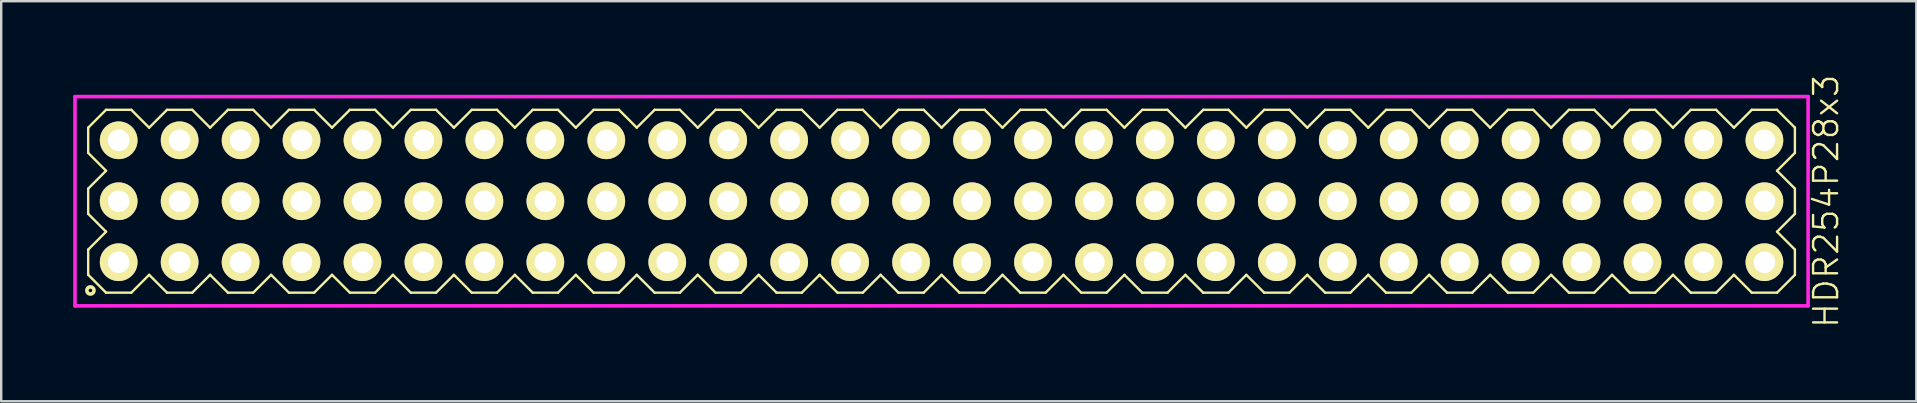
<source format=kicad_pcb>
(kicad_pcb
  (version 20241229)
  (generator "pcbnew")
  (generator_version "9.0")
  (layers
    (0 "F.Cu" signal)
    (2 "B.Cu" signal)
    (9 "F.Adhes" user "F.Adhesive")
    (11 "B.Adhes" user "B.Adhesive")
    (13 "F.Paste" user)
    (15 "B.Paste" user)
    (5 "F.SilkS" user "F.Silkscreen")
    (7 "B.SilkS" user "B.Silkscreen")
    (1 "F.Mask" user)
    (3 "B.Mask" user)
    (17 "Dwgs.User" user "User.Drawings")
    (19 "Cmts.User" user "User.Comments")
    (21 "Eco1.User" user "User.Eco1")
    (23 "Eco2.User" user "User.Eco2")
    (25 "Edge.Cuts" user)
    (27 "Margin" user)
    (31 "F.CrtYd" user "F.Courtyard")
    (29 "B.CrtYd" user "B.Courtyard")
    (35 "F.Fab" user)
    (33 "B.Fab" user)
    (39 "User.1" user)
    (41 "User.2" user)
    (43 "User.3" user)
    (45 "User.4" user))
  (footprint "HDR254P28x3"
    (layer "F.Cu")
    (at 36.185 5.336)
    (property "Reference" "HDR254P28x3" (at 36.86 0 90) (layer "F.SilkS") (effects (font (size 1 1) (thickness 0.1))))
    (attr through_hole)
    (fp_line (start -35.56 -3.066) (end -34.816 -3.81) (stroke (width 0.1) (type solid)) (layer "F.SilkS"))
    (fp_line (start -35.56 -2.014) (end -35.56 -3.066) (stroke (width 0.1) (type solid)) (layer "F.SilkS"))
    (fp_line (start -35.56 -0.526) (end -34.816 -1.27) (stroke (width 0.1) (type solid)) (layer "F.SilkS"))
    (fp_line (start -35.56 0.526) (end -35.56 -0.526) (stroke (width 0.1) (type solid)) (layer "F.SilkS"))
    (fp_line (start -35.56 2.014) (end -34.816 1.27) (stroke (width 0.1) (type solid)) (layer "F.SilkS"))
    (fp_line (start -35.56 3.066) (end -35.56 2.014) (stroke (width 0.1) (type solid)) (layer "F.SilkS"))
    (fp_line (start -34.816 -3.81) (end -33.764 -3.81) (stroke (width 0.1) (type solid)) (layer "F.SilkS"))
    (fp_line (start -34.816 -1.27) (end -35.56 -2.014) (stroke (width 0.1) (type solid)) (layer "F.SilkS"))
    (fp_line (start -34.816 1.27) (end -35.56 0.526) (stroke (width 0.1) (type solid)) (layer "F.SilkS"))
    (fp_line (start -34.816 3.81) (end -35.56 3.066) (stroke (width 0.1) (type solid)) (layer "F.SilkS"))
    (fp_line (start -33.764 -3.81) (end -33.02 -3.066) (stroke (width 0.1) (type solid)) (layer "F.SilkS"))
    (fp_line (start -33.764 3.81) (end -34.816 3.81) (stroke (width 0.1) (type solid)) (layer "F.SilkS"))
    (fp_line (start -33.02 -3.066) (end -32.276 -3.81) (stroke (width 0.1) (type solid)) (layer "F.SilkS"))
    (fp_line (start -33.02 3.066) (end -33.764 3.81) (stroke (width 0.1) (type solid)) (layer "F.SilkS"))
    (fp_line (start -32.276 -3.81) (end -31.224 -3.81) (stroke (width 0.1) (type solid)) (layer "F.SilkS"))
    (fp_line (start -32.276 3.81) (end -33.02 3.066) (stroke (width 0.1) (type solid)) (layer "F.SilkS"))
    (fp_line (start -31.224 -3.81) (end -30.48 -3.066) (stroke (width 0.1) (type solid)) (layer "F.SilkS"))
    (fp_line (start -31.224 3.81) (end -32.276 3.81) (stroke (width 0.1) (type solid)) (layer "F.SilkS"))
    (fp_line (start -30.48 -3.066) (end -29.736 -3.81) (stroke (width 0.1) (type solid)) (layer "F.SilkS"))
    (fp_line (start -30.48 3.066) (end -31.224 3.81) (stroke (width 0.1) (type solid)) (layer "F.SilkS"))
    (fp_line (start -29.736 -3.81) (end -28.684 -3.81) (stroke (width 0.1) (type solid)) (layer "F.SilkS"))
    (fp_line (start -29.736 3.81) (end -30.48 3.066) (stroke (width 0.1) (type solid)) (layer "F.SilkS"))
    (fp_line (start -28.684 -3.81) (end -27.94 -3.066) (stroke (width 0.1) (type solid)) (layer "F.SilkS"))
    (fp_line (start -28.684 3.81) (end -29.736 3.81) (stroke (width 0.1) (type solid)) (layer "F.SilkS"))
    (fp_line (start -27.94 -3.066) (end -27.196 -3.81) (stroke (width 0.1) (type solid)) (layer "F.SilkS"))
    (fp_line (start -27.94 3.066) (end -28.684 3.81) (stroke (width 0.1) (type solid)) (layer "F.SilkS"))
    (fp_line (start -27.196 -3.81) (end -26.144 -3.81) (stroke (width 0.1) (type solid)) (layer "F.SilkS"))
    (fp_line (start -27.196 3.81) (end -27.94 3.066) (stroke (width 0.1) (type solid)) (layer "F.SilkS"))
    (fp_line (start -26.144 -3.81) (end -25.4 -3.066) (stroke (width 0.1) (type solid)) (layer "F.SilkS"))
    (fp_line (start -26.144 3.81) (end -27.196 3.81) (stroke (width 0.1) (type solid)) (layer "F.SilkS"))
    (fp_line (start -25.4 -3.066) (end -24.656 -3.81) (stroke (width 0.1) (type solid)) (layer "F.SilkS"))
    (fp_line (start -25.4 3.066) (end -26.144 3.81) (stroke (width 0.1) (type solid)) (layer "F.SilkS"))
    (fp_line (start -24.656 -3.81) (end -23.604 -3.81) (stroke (width 0.1) (type solid)) (layer "F.SilkS"))
    (fp_line (start -24.656 3.81) (end -25.4 3.066) (stroke (width 0.1) (type solid)) (layer "F.SilkS"))
    (fp_line (start -23.604 -3.81) (end -22.86 -3.066) (stroke (width 0.1) (type solid)) (layer "F.SilkS"))
    (fp_line (start -23.604 3.81) (end -24.656 3.81) (stroke (width 0.1) (type solid)) (layer "F.SilkS"))
    (fp_line (start -22.86 -3.066) (end -22.116 -3.81) (stroke (width 0.1) (type solid)) (layer "F.SilkS"))
    (fp_line (start -22.86 3.066) (end -23.604 3.81) (stroke (width 0.1) (type solid)) (layer "F.SilkS"))
    (fp_line (start -22.116 -3.81) (end -21.064 -3.81) (stroke (width 0.1) (type solid)) (layer "F.SilkS"))
    (fp_line (start -22.116 3.81) (end -22.86 3.066) (stroke (width 0.1) (type solid)) (layer "F.SilkS"))
    (fp_line (start -21.064 -3.81) (end -20.32 -3.066) (stroke (width 0.1) (type solid)) (layer "F.SilkS"))
    (fp_line (start -21.064 3.81) (end -22.116 3.81) (stroke (width 0.1) (type solid)) (layer "F.SilkS"))
    (fp_line (start -20.32 -3.066) (end -19.576 -3.81) (stroke (width 0.1) (type solid)) (layer "F.SilkS"))
    (fp_line (start -20.32 3.066) (end -21.064 3.81) (stroke (width 0.1) (type solid)) (layer "F.SilkS"))
    (fp_line (start -19.576 -3.81) (end -18.524 -3.81) (stroke (width 0.1) (type solid)) (layer "F.SilkS"))
    (fp_line (start -19.576 3.81) (end -20.32 3.066) (stroke (width 0.1) (type solid)) (layer "F.SilkS"))
    (fp_line (start -18.524 -3.81) (end -17.78 -3.066) (stroke (width 0.1) (type solid)) (layer "F.SilkS"))
    (fp_line (start -18.524 3.81) (end -19.576 3.81) (stroke (width 0.1) (type solid)) (layer "F.SilkS"))
    (fp_line (start -17.78 -3.066) (end -17.036 -3.81) (stroke (width 0.1) (type solid)) (layer "F.SilkS"))
    (fp_line (start -17.78 3.066) (end -18.524 3.81) (stroke (width 0.1) (type solid)) (layer "F.SilkS"))
    (fp_line (start -17.036 -3.81) (end -15.984 -3.81) (stroke (width 0.1) (type solid)) (layer "F.SilkS"))
    (fp_line (start -17.036 3.81) (end -17.78 3.066) (stroke (width 0.1) (type solid)) (layer "F.SilkS"))
    (fp_line (start -15.984 -3.81) (end -15.24 -3.066) (stroke (width 0.1) (type solid)) (layer "F.SilkS"))
    (fp_line (start -15.984 3.81) (end -17.036 3.81) (stroke (width 0.1) (type solid)) (layer "F.SilkS"))
    (fp_line (start -15.24 -3.066) (end -14.496 -3.81) (stroke (width 0.1) (type solid)) (layer "F.SilkS"))
    (fp_line (start -15.24 3.066) (end -15.984 3.81) (stroke (width 0.1) (type solid)) (layer "F.SilkS"))
    (fp_line (start -14.496 -3.81) (end -13.444 -3.81) (stroke (width 0.1) (type solid)) (layer "F.SilkS"))
    (fp_line (start -14.496 3.81) (end -15.24 3.066) (stroke (width 0.1) (type solid)) (layer "F.SilkS"))
    (fp_line (start -13.444 -3.81) (end -12.7 -3.066) (stroke (width 0.1) (type solid)) (layer "F.SilkS"))
    (fp_line (start -13.444 3.81) (end -14.496 3.81) (stroke (width 0.1) (type solid)) (layer "F.SilkS"))
    (fp_line (start -12.7 -3.066) (end -11.956 -3.81) (stroke (width 0.1) (type solid)) (layer "F.SilkS"))
    (fp_line (start -12.7 3.066) (end -13.444 3.81) (stroke (width 0.1) (type solid)) (layer "F.SilkS"))
    (fp_line (start -11.956 -3.81) (end -10.904 -3.81) (stroke (width 0.1) (type solid)) (layer "F.SilkS"))
    (fp_line (start -11.956 3.81) (end -12.7 3.066) (stroke (width 0.1) (type solid)) (layer "F.SilkS"))
    (fp_line (start -10.904 -3.81) (end -10.16 -3.066) (stroke (width 0.1) (type solid)) (layer "F.SilkS"))
    (fp_line (start -10.904 3.81) (end -11.956 3.81) (stroke (width 0.1) (type solid)) (layer "F.SilkS"))
    (fp_line (start -10.16 -3.066) (end -9.416 -3.81) (stroke (width 0.1) (type solid)) (layer "F.SilkS"))
    (fp_line (start -10.16 3.066) (end -10.904 3.81) (stroke (width 0.1) (type solid)) (layer "F.SilkS"))
    (fp_line (start -9.416 -3.81) (end -8.364 -3.81) (stroke (width 0.1) (type solid)) (layer "F.SilkS"))
    (fp_line (start -9.416 3.81) (end -10.16 3.066) (stroke (width 0.1) (type solid)) (layer "F.SilkS"))
    (fp_line (start -8.364 -3.81) (end -7.62 -3.066) (stroke (width 0.1) (type solid)) (layer "F.SilkS"))
    (fp_line (start -8.364 3.81) (end -9.416 3.81) (stroke (width 0.1) (type solid)) (layer "F.SilkS"))
    (fp_line (start -7.62 -3.066) (end -6.876 -3.81) (stroke (width 0.1) (type solid)) (layer "F.SilkS"))
    (fp_line (start -7.62 3.066) (end -8.364 3.81) (stroke (width 0.1) (type solid)) (layer "F.SilkS"))
    (fp_line (start -6.876 -3.81) (end -5.824 -3.81) (stroke (width 0.1) (type solid)) (layer "F.SilkS"))
    (fp_line (start -6.876 3.81) (end -7.62 3.066) (stroke (width 0.1) (type solid)) (layer "F.SilkS"))
    (fp_line (start -5.824 -3.81) (end -5.08 -3.066) (stroke (width 0.1) (type solid)) (layer "F.SilkS"))
    (fp_line (start -5.824 3.81) (end -6.876 3.81) (stroke (width 0.1) (type solid)) (layer "F.SilkS"))
    (fp_line (start -5.08 -3.066) (end -4.336 -3.81) (stroke (width 0.1) (type solid)) (layer "F.SilkS"))
    (fp_line (start -5.08 3.066) (end -5.824 3.81) (stroke (width 0.1) (type solid)) (layer "F.SilkS"))
    (fp_line (start -4.336 -3.81) (end -3.284 -3.81) (stroke (width 0.1) (type solid)) (layer "F.SilkS"))
    (fp_line (start -4.336 3.81) (end -5.08 3.066) (stroke (width 0.1) (type solid)) (layer "F.SilkS"))
    (fp_line (start -3.284 -3.81) (end -2.54 -3.066) (stroke (width 0.1) (type solid)) (layer "F.SilkS"))
    (fp_line (start -3.284 3.81) (end -4.336 3.81) (stroke (width 0.1) (type solid)) (layer "F.SilkS"))
    (fp_line (start -2.54 -3.066) (end -1.796 -3.81) (stroke (width 0.1) (type solid)) (layer "F.SilkS"))
    (fp_line (start -2.54 3.066) (end -3.284 3.81) (stroke (width 0.1) (type solid)) (layer "F.SilkS"))
    (fp_line (start -1.796 -3.81) (end -0.744 -3.81) (stroke (width 0.1) (type solid)) (layer "F.SilkS"))
    (fp_line (start -1.796 3.81) (end -2.54 3.066) (stroke (width 0.1) (type solid)) (layer "F.SilkS"))
    (fp_line (start -0.744 -3.81) (end 0 -3.066) (stroke (width 0.1) (type solid)) (layer "F.SilkS"))
    (fp_line (start -0.744 3.81) (end -1.796 3.81) (stroke (width 0.1) (type solid)) (layer "F.SilkS"))
    (fp_line (start 0 -3.066) (end 0.744 -3.81) (stroke (width 0.1) (type solid)) (layer "F.SilkS"))
    (fp_line (start 0 3.066) (end -0.744 3.81) (stroke (width 0.1) (type solid)) (layer "F.SilkS"))
    (fp_line (start 0.744 -3.81) (end 1.796 -3.81) (stroke (width 0.1) (type solid)) (layer "F.SilkS"))
    (fp_line (start 0.744 3.81) (end 0 3.066) (stroke (width 0.1) (type solid)) (layer "F.SilkS"))
    (fp_line (start 1.796 -3.81) (end 2.54 -3.066) (stroke (width 0.1) (type solid)) (layer "F.SilkS"))
    (fp_line (start 1.796 3.81) (end 0.744 3.81) (stroke (width 0.1) (type solid)) (layer "F.SilkS"))
    (fp_line (start 2.54 -3.066) (end 3.284 -3.81) (stroke (width 0.1) (type solid)) (layer "F.SilkS"))
    (fp_line (start 2.54 3.066) (end 1.796 3.81) (stroke (width 0.1) (type solid)) (layer "F.SilkS"))
    (fp_line (start 3.284 -3.81) (end 4.336 -3.81) (stroke (width 0.1) (type solid)) (layer "F.SilkS"))
    (fp_line (start 3.284 3.81) (end 2.54 3.066) (stroke (width 0.1) (type solid)) (layer "F.SilkS"))
    (fp_line (start 4.336 -3.81) (end 5.08 -3.066) (stroke (width 0.1) (type solid)) (layer "F.SilkS"))
    (fp_line (start 4.336 3.81) (end 3.284 3.81) (stroke (width 0.1) (type solid)) (layer "F.SilkS"))
    (fp_line (start 5.08 -3.066) (end 5.824 -3.81) (stroke (width 0.1) (type solid)) (layer "F.SilkS"))
    (fp_line (start 5.08 3.066) (end 4.336 3.81) (stroke (width 0.1) (type solid)) (layer "F.SilkS"))
    (fp_line (start 5.824 -3.81) (end 6.876 -3.81) (stroke (width 0.1) (type solid)) (layer "F.SilkS"))
    (fp_line (start 5.824 3.81) (end 5.08 3.066) (stroke (width 0.1) (type solid)) (layer "F.SilkS"))
    (fp_line (start 6.876 -3.81) (end 7.62 -3.066) (stroke (width 0.1) (type solid)) (layer "F.SilkS"))
    (fp_line (start 6.876 3.81) (end 5.824 3.81) (stroke (width 0.1) (type solid)) (layer "F.SilkS"))
    (fp_line (start 7.62 -3.066) (end 8.364 -3.81) (stroke (width 0.1) (type solid)) (layer "F.SilkS"))
    (fp_line (start 7.62 3.066) (end 6.876 3.81) (stroke (width 0.1) (type solid)) (layer "F.SilkS"))
    (fp_line (start 8.364 -3.81) (end 9.416 -3.81) (stroke (width 0.1) (type solid)) (layer "F.SilkS"))
    (fp_line (start 8.364 3.81) (end 7.62 3.066) (stroke (width 0.1) (type solid)) (layer "F.SilkS"))
    (fp_line (start 9.416 -3.81) (end 10.16 -3.066) (stroke (width 0.1) (type solid)) (layer "F.SilkS"))
    (fp_line (start 9.416 3.81) (end 8.364 3.81) (stroke (width 0.1) (type solid)) (layer "F.SilkS"))
    (fp_line (start 10.16 -3.066) (end 10.904 -3.81) (stroke (width 0.1) (type solid)) (layer "F.SilkS"))
    (fp_line (start 10.16 3.066) (end 9.416 3.81) (stroke (width 0.1) (type solid)) (layer "F.SilkS"))
    (fp_line (start 10.904 -3.81) (end 11.956 -3.81) (stroke (width 0.1) (type solid)) (layer "F.SilkS"))
    (fp_line (start 10.904 3.81) (end 10.16 3.066) (stroke (width 0.1) (type solid)) (layer "F.SilkS"))
    (fp_line (start 11.956 -3.81) (end 12.7 -3.066) (stroke (width 0.1) (type solid)) (layer "F.SilkS"))
    (fp_line (start 11.956 3.81) (end 10.904 3.81) (stroke (width 0.1) (type solid)) (layer "F.SilkS"))
    (fp_line (start 12.7 -3.066) (end 13.444 -3.81) (stroke (width 0.1) (type solid)) (layer "F.SilkS"))
    (fp_line (start 12.7 3.066) (end 11.956 3.81) (stroke (width 0.1) (type solid)) (layer "F.SilkS"))
    (fp_line (start 13.444 -3.81) (end 14.496 -3.81) (stroke (width 0.1) (type solid)) (layer "F.SilkS"))
    (fp_line (start 13.444 3.81) (end 12.7 3.066) (stroke (width 0.1) (type solid)) (layer "F.SilkS"))
    (fp_line (start 14.496 -3.81) (end 15.24 -3.066) (stroke (width 0.1) (type solid)) (layer "F.SilkS"))
    (fp_line (start 14.496 3.81) (end 13.444 3.81) (stroke (width 0.1) (type solid)) (layer "F.SilkS"))
    (fp_line (start 15.24 -3.066) (end 15.984 -3.81) (stroke (width 0.1) (type solid)) (layer "F.SilkS"))
    (fp_line (start 15.24 3.066) (end 14.496 3.81) (stroke (width 0.1) (type solid)) (layer "F.SilkS"))
    (fp_line (start 15.984 -3.81) (end 17.036 -3.81) (stroke (width 0.1) (type solid)) (layer "F.SilkS"))
    (fp_line (start 15.984 3.81) (end 15.24 3.066) (stroke (width 0.1) (type solid)) (layer "F.SilkS"))
    (fp_line (start 17.036 -3.81) (end 17.78 -3.066) (stroke (width 0.1) (type solid)) (layer "F.SilkS"))
    (fp_line (start 17.036 3.81) (end 15.984 3.81) (stroke (width 0.1) (type solid)) (layer "F.SilkS"))
    (fp_line (start 17.78 -3.066) (end 18.524 -3.81) (stroke (width 0.1) (type solid)) (layer "F.SilkS"))
    (fp_line (start 17.78 3.066) (end 17.036 3.81) (stroke (width 0.1) (type solid)) (layer "F.SilkS"))
    (fp_line (start 18.524 -3.81) (end 19.576 -3.81) (stroke (width 0.1) (type solid)) (layer "F.SilkS"))
    (fp_line (start 18.524 3.81) (end 17.78 3.066) (stroke (width 0.1) (type solid)) (layer "F.SilkS"))
    (fp_line (start 19.576 -3.81) (end 20.32 -3.066) (stroke (width 0.1) (type solid)) (layer "F.SilkS"))
    (fp_line (start 19.576 3.81) (end 18.524 3.81) (stroke (width 0.1) (type solid)) (layer "F.SilkS"))
    (fp_line (start 20.32 -3.066) (end 21.064 -3.81) (stroke (width 0.1) (type solid)) (layer "F.SilkS"))
    (fp_line (start 20.32 3.066) (end 19.576 3.81) (stroke (width 0.1) (type solid)) (layer "F.SilkS"))
    (fp_line (start 21.064 -3.81) (end 22.116 -3.81) (stroke (width 0.1) (type solid)) (layer "F.SilkS"))
    (fp_line (start 21.064 3.81) (end 20.32 3.066) (stroke (width 0.1) (type solid)) (layer "F.SilkS"))
    (fp_line (start 22.116 -3.81) (end 22.86 -3.066) (stroke (width 0.1) (type solid)) (layer "F.SilkS"))
    (fp_line (start 22.116 3.81) (end 21.064 3.81) (stroke (width 0.1) (type solid)) (layer "F.SilkS"))
    (fp_line (start 22.86 -3.066) (end 23.604 -3.81) (stroke (width 0.1) (type solid)) (layer "F.SilkS"))
    (fp_line (start 22.86 3.066) (end 22.116 3.81) (stroke (width 0.1) (type solid)) (layer "F.SilkS"))
    (fp_line (start 23.604 -3.81) (end 24.656 -3.81) (stroke (width 0.1) (type solid)) (layer "F.SilkS"))
    (fp_line (start 23.604 3.81) (end 22.86 3.066) (stroke (width 0.1) (type solid)) (layer "F.SilkS"))
    (fp_line (start 24.656 -3.81) (end 25.4 -3.066) (stroke (width 0.1) (type solid)) (layer "F.SilkS"))
    (fp_line (start 24.656 3.81) (end 23.604 3.81) (stroke (width 0.1) (type solid)) (layer "F.SilkS"))
    (fp_line (start 25.4 -3.066) (end 26.144 -3.81) (stroke (width 0.1) (type solid)) (layer "F.SilkS"))
    (fp_line (start 25.4 3.066) (end 24.656 3.81) (stroke (width 0.1) (type solid)) (layer "F.SilkS"))
    (fp_line (start 26.144 -3.81) (end 27.196 -3.81) (stroke (width 0.1) (type solid)) (layer "F.SilkS"))
    (fp_line (start 26.144 3.81) (end 25.4 3.066) (stroke (width 0.1) (type solid)) (layer "F.SilkS"))
    (fp_line (start 27.196 -3.81) (end 27.94 -3.066) (stroke (width 0.1) (type solid)) (layer "F.SilkS"))
    (fp_line (start 27.196 3.81) (end 26.144 3.81) (stroke (width 0.1) (type solid)) (layer "F.SilkS"))
    (fp_line (start 27.94 -3.066) (end 28.684 -3.81) (stroke (width 0.1) (type solid)) (layer "F.SilkS"))
    (fp_line (start 27.94 3.066) (end 27.196 3.81) (stroke (width 0.1) (type solid)) (layer "F.SilkS"))
    (fp_line (start 28.684 -3.81) (end 29.736 -3.81) (stroke (width 0.1) (type solid)) (layer "F.SilkS"))
    (fp_line (start 28.684 3.81) (end 27.94 3.066) (stroke (width 0.1) (type solid)) (layer "F.SilkS"))
    (fp_line (start 29.736 -3.81) (end 30.48 -3.066) (stroke (width 0.1) (type solid)) (layer "F.SilkS"))
    (fp_line (start 29.736 3.81) (end 28.684 3.81) (stroke (width 0.1) (type solid)) (layer "F.SilkS"))
    (fp_line (start 30.48 -3.066) (end 31.224 -3.81) (stroke (width 0.1) (type solid)) (layer "F.SilkS"))
    (fp_line (start 30.48 3.066) (end 29.736 3.81) (stroke (width 0.1) (type solid)) (layer "F.SilkS"))
    (fp_line (start 31.224 -3.81) (end 32.276 -3.81) (stroke (width 0.1) (type solid)) (layer "F.SilkS"))
    (fp_line (start 31.224 3.81) (end 30.48 3.066) (stroke (width 0.1) (type solid)) (layer "F.SilkS"))
    (fp_line (start 32.276 -3.81) (end 33.02 -3.066) (stroke (width 0.1) (type solid)) (layer "F.SilkS"))
    (fp_line (start 32.276 3.81) (end 31.224 3.81) (stroke (width 0.1) (type solid)) (layer "F.SilkS"))
    (fp_line (start 33.02 -3.066) (end 33.764 -3.81) (stroke (width 0.1) (type solid)) (layer "F.SilkS"))
    (fp_line (start 33.02 3.066) (end 32.276 3.81) (stroke (width 0.1) (type solid)) (layer "F.SilkS"))
    (fp_line (start 33.764 -3.81) (end 34.816 -3.81) (stroke (width 0.1) (type solid)) (layer "F.SilkS"))
    (fp_line (start 33.764 3.81) (end 33.02 3.066) (stroke (width 0.1) (type solid)) (layer "F.SilkS"))
    (fp_line (start 34.816 -3.81) (end 35.56 -3.066) (stroke (width 0.1) (type solid)) (layer "F.SilkS"))
    (fp_line (start 34.816 -1.27) (end 35.56 -0.526) (stroke (width 0.1) (type solid)) (layer "F.SilkS"))
    (fp_line (start 34.816 1.27) (end 35.56 2.014) (stroke (width 0.1) (type solid)) (layer "F.SilkS"))
    (fp_line (start 34.816 3.81) (end 33.764 3.81) (stroke (width 0.1) (type solid)) (layer "F.SilkS"))
    (fp_line (start 35.56 -3.066) (end 35.56 -2.014) (stroke (width 0.1) (type solid)) (layer "F.SilkS"))
    (fp_line (start 35.56 -2.014) (end 34.816 -1.27) (stroke (width 0.1) (type solid)) (layer "F.SilkS"))
    (fp_line (start 35.56 -0.526) (end 35.56 0.526) (stroke (width 0.1) (type solid)) (layer "F.SilkS"))
    (fp_line (start 35.56 0.526) (end 34.816 1.27) (stroke (width 0.1) (type solid)) (layer "F.SilkS"))
    (fp_line (start 35.56 2.014) (end 35.56 3.066) (stroke (width 0.1) (type solid)) (layer "F.SilkS"))
    (fp_line (start 35.56 3.066) (end 34.816 3.81) (stroke (width 0.1) (type solid)) (layer "F.SilkS"))
    (fp_circle (center -35.467 3.718) (end -35.317 3.718) (stroke (width 0.15) (type solid)) (fill no) (layer "F.SilkS"))
    (fp_line (start -36.11 -4.36) (end -36.11 4.36) (stroke (width 0.15) (type solid)) (layer "F.CrtYd"))
    (fp_line (start -36.11 4.36) (end 36.11 4.36) (stroke (width 0.15) (type solid)) (layer "F.CrtYd"))
    (fp_line (start 36.11 -4.36) (end -36.11 -4.36) (stroke (width 0.15) (type solid)) (layer "F.CrtYd"))
    (fp_line (start 36.11 4.36) (end 36.11 -4.36) (stroke (width 0.15) (type solid)) (layer "F.CrtYd"))
    (pad "1" thru_hole oval (at -34.29 2.54) (size 1.57 1.57) (drill 0.9) (layers "*.Cu" "*.Mask" "F.SilkS"))
    (pad "2" thru_hole oval (at -34.29 0) (size 1.57 1.57) (drill 0.9) (layers "*.Cu" "*.Mask" "F.SilkS"))
    (pad "3" thru_hole oval (at -34.29 -2.54) (size 1.57 1.57) (drill 0.9) (layers "*.Cu" "*.Mask" "F.SilkS"))
    (pad "4" thru_hole oval (at -31.75 2.54) (size 1.57 1.57) (drill 0.9) (layers "*.Cu" "*.Mask" "F.SilkS"))
    (pad "5" thru_hole oval (at -31.75 0) (size 1.57 1.57) (drill 0.9) (layers "*.Cu" "*.Mask" "F.SilkS"))
    (pad "6" thru_hole oval (at -31.75 -2.54) (size 1.57 1.57) (drill 0.9) (layers "*.Cu" "*.Mask" "F.SilkS"))
    (pad "7" thru_hole oval (at -29.21 2.54) (size 1.57 1.57) (drill 0.9) (layers "*.Cu" "*.Mask" "F.SilkS"))
    (pad "8" thru_hole oval (at -29.21 0) (size 1.57 1.57) (drill 0.9) (layers "*.Cu" "*.Mask" "F.SilkS"))
    (pad "9" thru_hole oval (at -29.21 -2.54) (size 1.57 1.57) (drill 0.9) (layers "*.Cu" "*.Mask" "F.SilkS"))
    (pad "10" thru_hole oval (at -26.67 2.54) (size 1.57 1.57) (drill 0.9) (layers "*.Cu" "*.Mask" "F.SilkS"))
    (pad "11" thru_hole oval (at -26.67 0) (size 1.57 1.57) (drill 0.9) (layers "*.Cu" "*.Mask" "F.SilkS"))
    (pad "12" thru_hole oval (at -26.67 -2.54) (size 1.57 1.57) (drill 0.9) (layers "*.Cu" "*.Mask" "F.SilkS"))
    (pad "13" thru_hole oval (at -24.13 2.54) (size 1.57 1.57) (drill 0.9) (layers "*.Cu" "*.Mask" "F.SilkS"))
    (pad "14" thru_hole oval (at -24.13 0) (size 1.57 1.57) (drill 0.9) (layers "*.Cu" "*.Mask" "F.SilkS"))
    (pad "15" thru_hole oval (at -24.13 -2.54) (size 1.57 1.57) (drill 0.9) (layers "*.Cu" "*.Mask" "F.SilkS"))
    (pad "16" thru_hole oval (at -21.59 2.54) (size 1.57 1.57) (drill 0.9) (layers "*.Cu" "*.Mask" "F.SilkS"))
    (pad "17" thru_hole oval (at -21.59 0) (size 1.57 1.57) (drill 0.9) (layers "*.Cu" "*.Mask" "F.SilkS"))
    (pad "18" thru_hole oval (at -21.59 -2.54) (size 1.57 1.57) (drill 0.9) (layers "*.Cu" "*.Mask" "F.SilkS"))
    (pad "19" thru_hole oval (at -19.05 2.54) (size 1.57 1.57) (drill 0.9) (layers "*.Cu" "*.Mask" "F.SilkS"))
    (pad "20" thru_hole oval (at -19.05 0) (size 1.57 1.57) (drill 0.9) (layers "*.Cu" "*.Mask" "F.SilkS"))
    (pad "21" thru_hole oval (at -19.05 -2.54) (size 1.57 1.57) (drill 0.9) (layers "*.Cu" "*.Mask" "F.SilkS"))
    (pad "22" thru_hole oval (at -16.51 2.54) (size 1.57 1.57) (drill 0.9) (layers "*.Cu" "*.Mask" "F.SilkS"))
    (pad "23" thru_hole oval (at -16.51 0) (size 1.57 1.57) (drill 0.9) (layers "*.Cu" "*.Mask" "F.SilkS"))
    (pad "24" thru_hole oval (at -16.51 -2.54) (size 1.57 1.57) (drill 0.9) (layers "*.Cu" "*.Mask" "F.SilkS"))
    (pad "25" thru_hole oval (at -13.97 2.54) (size 1.57 1.57) (drill 0.9) (layers "*.Cu" "*.Mask" "F.SilkS"))
    (pad "26" thru_hole oval (at -13.97 0) (size 1.57 1.57) (drill 0.9) (layers "*.Cu" "*.Mask" "F.SilkS"))
    (pad "27" thru_hole oval (at -13.97 -2.54) (size 1.57 1.57) (drill 0.9) (layers "*.Cu" "*.Mask" "F.SilkS"))
    (pad "28" thru_hole oval (at -11.43 2.54) (size 1.57 1.57) (drill 0.9) (layers "*.Cu" "*.Mask" "F.SilkS"))
    (pad "29" thru_hole oval (at -11.43 0) (size 1.57 1.57) (drill 0.9) (layers "*.Cu" "*.Mask" "F.SilkS"))
    (pad "30" thru_hole oval (at -11.43 -2.54) (size 1.57 1.57) (drill 0.9) (layers "*.Cu" "*.Mask" "F.SilkS"))
    (pad "31" thru_hole oval (at -8.89 2.54) (size 1.57 1.57) (drill 0.9) (layers "*.Cu" "*.Mask" "F.SilkS"))
    (pad "32" thru_hole oval (at -8.89 0) (size 1.57 1.57) (drill 0.9) (layers "*.Cu" "*.Mask" "F.SilkS"))
    (pad "33" thru_hole oval (at -8.89 -2.54) (size 1.57 1.57) (drill 0.9) (layers "*.Cu" "*.Mask" "F.SilkS"))
    (pad "34" thru_hole oval (at -6.35 2.54) (size 1.57 1.57) (drill 0.9) (layers "*.Cu" "*.Mask" "F.SilkS"))
    (pad "35" thru_hole oval (at -6.35 0) (size 1.57 1.57) (drill 0.9) (layers "*.Cu" "*.Mask" "F.SilkS"))
    (pad "36" thru_hole oval (at -6.35 -2.54) (size 1.57 1.57) (drill 0.9) (layers "*.Cu" "*.Mask" "F.SilkS"))
    (pad "37" thru_hole oval (at -3.81 2.54) (size 1.57 1.57) (drill 0.9) (layers "*.Cu" "*.Mask" "F.SilkS"))
    (pad "38" thru_hole oval (at -3.81 0) (size 1.57 1.57) (drill 0.9) (layers "*.Cu" "*.Mask" "F.SilkS"))
    (pad "39" thru_hole oval (at -3.81 -2.54) (size 1.57 1.57) (drill 0.9) (layers "*.Cu" "*.Mask" "F.SilkS"))
    (pad "40" thru_hole oval (at -1.27 2.54) (size 1.57 1.57) (drill 0.9) (layers "*.Cu" "*.Mask" "F.SilkS"))
    (pad "41" thru_hole oval (at -1.27 0) (size 1.57 1.57) (drill 0.9) (layers "*.Cu" "*.Mask" "F.SilkS"))
    (pad "42" thru_hole oval (at -1.27 -2.54) (size 1.57 1.57) (drill 0.9) (layers "*.Cu" "*.Mask" "F.SilkS"))
    (pad "43" thru_hole oval (at 1.27 2.54) (size 1.57 1.57) (drill 0.9) (layers "*.Cu" "*.Mask" "F.SilkS"))
    (pad "44" thru_hole oval (at 1.27 0) (size 1.57 1.57) (drill 0.9) (layers "*.Cu" "*.Mask" "F.SilkS"))
    (pad "45" thru_hole oval (at 1.27 -2.54) (size 1.57 1.57) (drill 0.9) (layers "*.Cu" "*.Mask" "F.SilkS"))
    (pad "46" thru_hole oval (at 3.81 2.54) (size 1.57 1.57) (drill 0.9) (layers "*.Cu" "*.Mask" "F.SilkS"))
    (pad "47" thru_hole oval (at 3.81 0) (size 1.57 1.57) (drill 0.9) (layers "*.Cu" "*.Mask" "F.SilkS"))
    (pad "48" thru_hole oval (at 3.81 -2.54) (size 1.57 1.57) (drill 0.9) (layers "*.Cu" "*.Mask" "F.SilkS"))
    (pad "49" thru_hole oval (at 6.35 2.54) (size 1.57 1.57) (drill 0.9) (layers "*.Cu" "*.Mask" "F.SilkS"))
    (pad "50" thru_hole oval (at 6.35 0) (size 1.57 1.57) (drill 0.9) (layers "*.Cu" "*.Mask" "F.SilkS"))
    (pad "51" thru_hole oval (at 6.35 -2.54) (size 1.57 1.57) (drill 0.9) (layers "*.Cu" "*.Mask" "F.SilkS"))
    (pad "52" thru_hole oval (at 8.89 2.54) (size 1.57 1.57) (drill 0.9) (layers "*.Cu" "*.Mask" "F.SilkS"))
    (pad "53" thru_hole oval (at 8.89 0) (size 1.57 1.57) (drill 0.9) (layers "*.Cu" "*.Mask" "F.SilkS"))
    (pad "54" thru_hole oval (at 8.89 -2.54) (size 1.57 1.57) (drill 0.9) (layers "*.Cu" "*.Mask" "F.SilkS"))
    (pad "55" thru_hole oval (at 11.43 2.54) (size 1.57 1.57) (drill 0.9) (layers "*.Cu" "*.Mask" "F.SilkS"))
    (pad "56" thru_hole oval (at 11.43 0) (size 1.57 1.57) (drill 0.9) (layers "*.Cu" "*.Mask" "F.SilkS"))
    (pad "57" thru_hole oval (at 11.43 -2.54) (size 1.57 1.57) (drill 0.9) (layers "*.Cu" "*.Mask" "F.SilkS"))
    (pad "58" thru_hole oval (at 13.97 2.54) (size 1.57 1.57) (drill 0.9) (layers "*.Cu" "*.Mask" "F.SilkS"))
    (pad "59" thru_hole oval (at 13.97 0) (size 1.57 1.57) (drill 0.9) (layers "*.Cu" "*.Mask" "F.SilkS"))
    (pad "60" thru_hole oval (at 13.97 -2.54) (size 1.57 1.57) (drill 0.9) (layers "*.Cu" "*.Mask" "F.SilkS"))
    (pad "61" thru_hole oval (at 16.51 2.54) (size 1.57 1.57) (drill 0.9) (layers "*.Cu" "*.Mask" "F.SilkS"))
    (pad "62" thru_hole oval (at 16.51 0) (size 1.57 1.57) (drill 0.9) (layers "*.Cu" "*.Mask" "F.SilkS"))
    (pad "63" thru_hole oval (at 16.51 -2.54) (size 1.57 1.57) (drill 0.9) (layers "*.Cu" "*.Mask" "F.SilkS"))
    (pad "64" thru_hole oval (at 19.05 2.54) (size 1.57 1.57) (drill 0.9) (layers "*.Cu" "*.Mask" "F.SilkS"))
    (pad "65" thru_hole oval (at 19.05 0) (size 1.57 1.57) (drill 0.9) (layers "*.Cu" "*.Mask" "F.SilkS"))
    (pad "66" thru_hole oval (at 19.05 -2.54) (size 1.57 1.57) (drill 0.9) (layers "*.Cu" "*.Mask" "F.SilkS"))
    (pad "67" thru_hole oval (at 21.59 2.54) (size 1.57 1.57) (drill 0.9) (layers "*.Cu" "*.Mask" "F.SilkS"))
    (pad "68" thru_hole oval (at 21.59 0) (size 1.57 1.57) (drill 0.9) (layers "*.Cu" "*.Mask" "F.SilkS"))
    (pad "69" thru_hole oval (at 21.59 -2.54) (size 1.57 1.57) (drill 0.9) (layers "*.Cu" "*.Mask" "F.SilkS"))
    (pad "70" thru_hole oval (at 24.13 2.54) (size 1.57 1.57) (drill 0.9) (layers "*.Cu" "*.Mask" "F.SilkS"))
    (pad "71" thru_hole oval (at 24.13 0) (size 1.57 1.57) (drill 0.9) (layers "*.Cu" "*.Mask" "F.SilkS"))
    (pad "72" thru_hole oval (at 24.13 -2.54) (size 1.57 1.57) (drill 0.9) (layers "*.Cu" "*.Mask" "F.SilkS"))
    (pad "73" thru_hole oval (at 26.67 2.54) (size 1.57 1.57) (drill 0.9) (layers "*.Cu" "*.Mask" "F.SilkS"))
    (pad "74" thru_hole oval (at 26.67 0) (size 1.57 1.57) (drill 0.9) (layers "*.Cu" "*.Mask" "F.SilkS"))
    (pad "75" thru_hole oval (at 26.67 -2.54) (size 1.57 1.57) (drill 0.9) (layers "*.Cu" "*.Mask" "F.SilkS"))
    (pad "76" thru_hole oval (at 29.21 2.54) (size 1.57 1.57) (drill 0.9) (layers "*.Cu" "*.Mask" "F.SilkS"))
    (pad "77" thru_hole oval (at 29.21 0) (size 1.57 1.57) (drill 0.9) (layers "*.Cu" "*.Mask" "F.SilkS"))
    (pad "78" thru_hole oval (at 29.21 -2.54) (size 1.57 1.57) (drill 0.9) (layers "*.Cu" "*.Mask" "F.SilkS"))
    (pad "79" thru_hole oval (at 31.75 2.54) (size 1.57 1.57) (drill 0.9) (layers "*.Cu" "*.Mask" "F.SilkS"))
    (pad "80" thru_hole oval (at 31.75 0) (size 1.57 1.57) (drill 0.9) (layers "*.Cu" "*.Mask" "F.SilkS"))
    (pad "81" thru_hole oval (at 31.75 -2.54) (size 1.57 1.57) (drill 0.9) (layers "*.Cu" "*.Mask" "F.SilkS"))
    (pad "82" thru_hole oval (at 34.29 2.54) (size 1.57 1.57) (drill 0.9) (layers "*.Cu" "*.Mask" "F.SilkS"))
    (pad "83" thru_hole oval (at 34.29 0) (size 1.57 1.57) (drill 0.9) (layers "*.Cu" "*.Mask" "F.SilkS"))
    (pad "84" thru_hole oval (at 34.29 -2.54) (size 1.57 1.57) (drill 0.9) (layers "*.Cu" "*.Mask" "F.SilkS")))
  (gr_rect
    (start -3 -3)
    (end 76.805 13.671)
    (stroke (width 0.1) (type default))
    (fill no)
    (layer "Edge.Cuts")))
</source>
